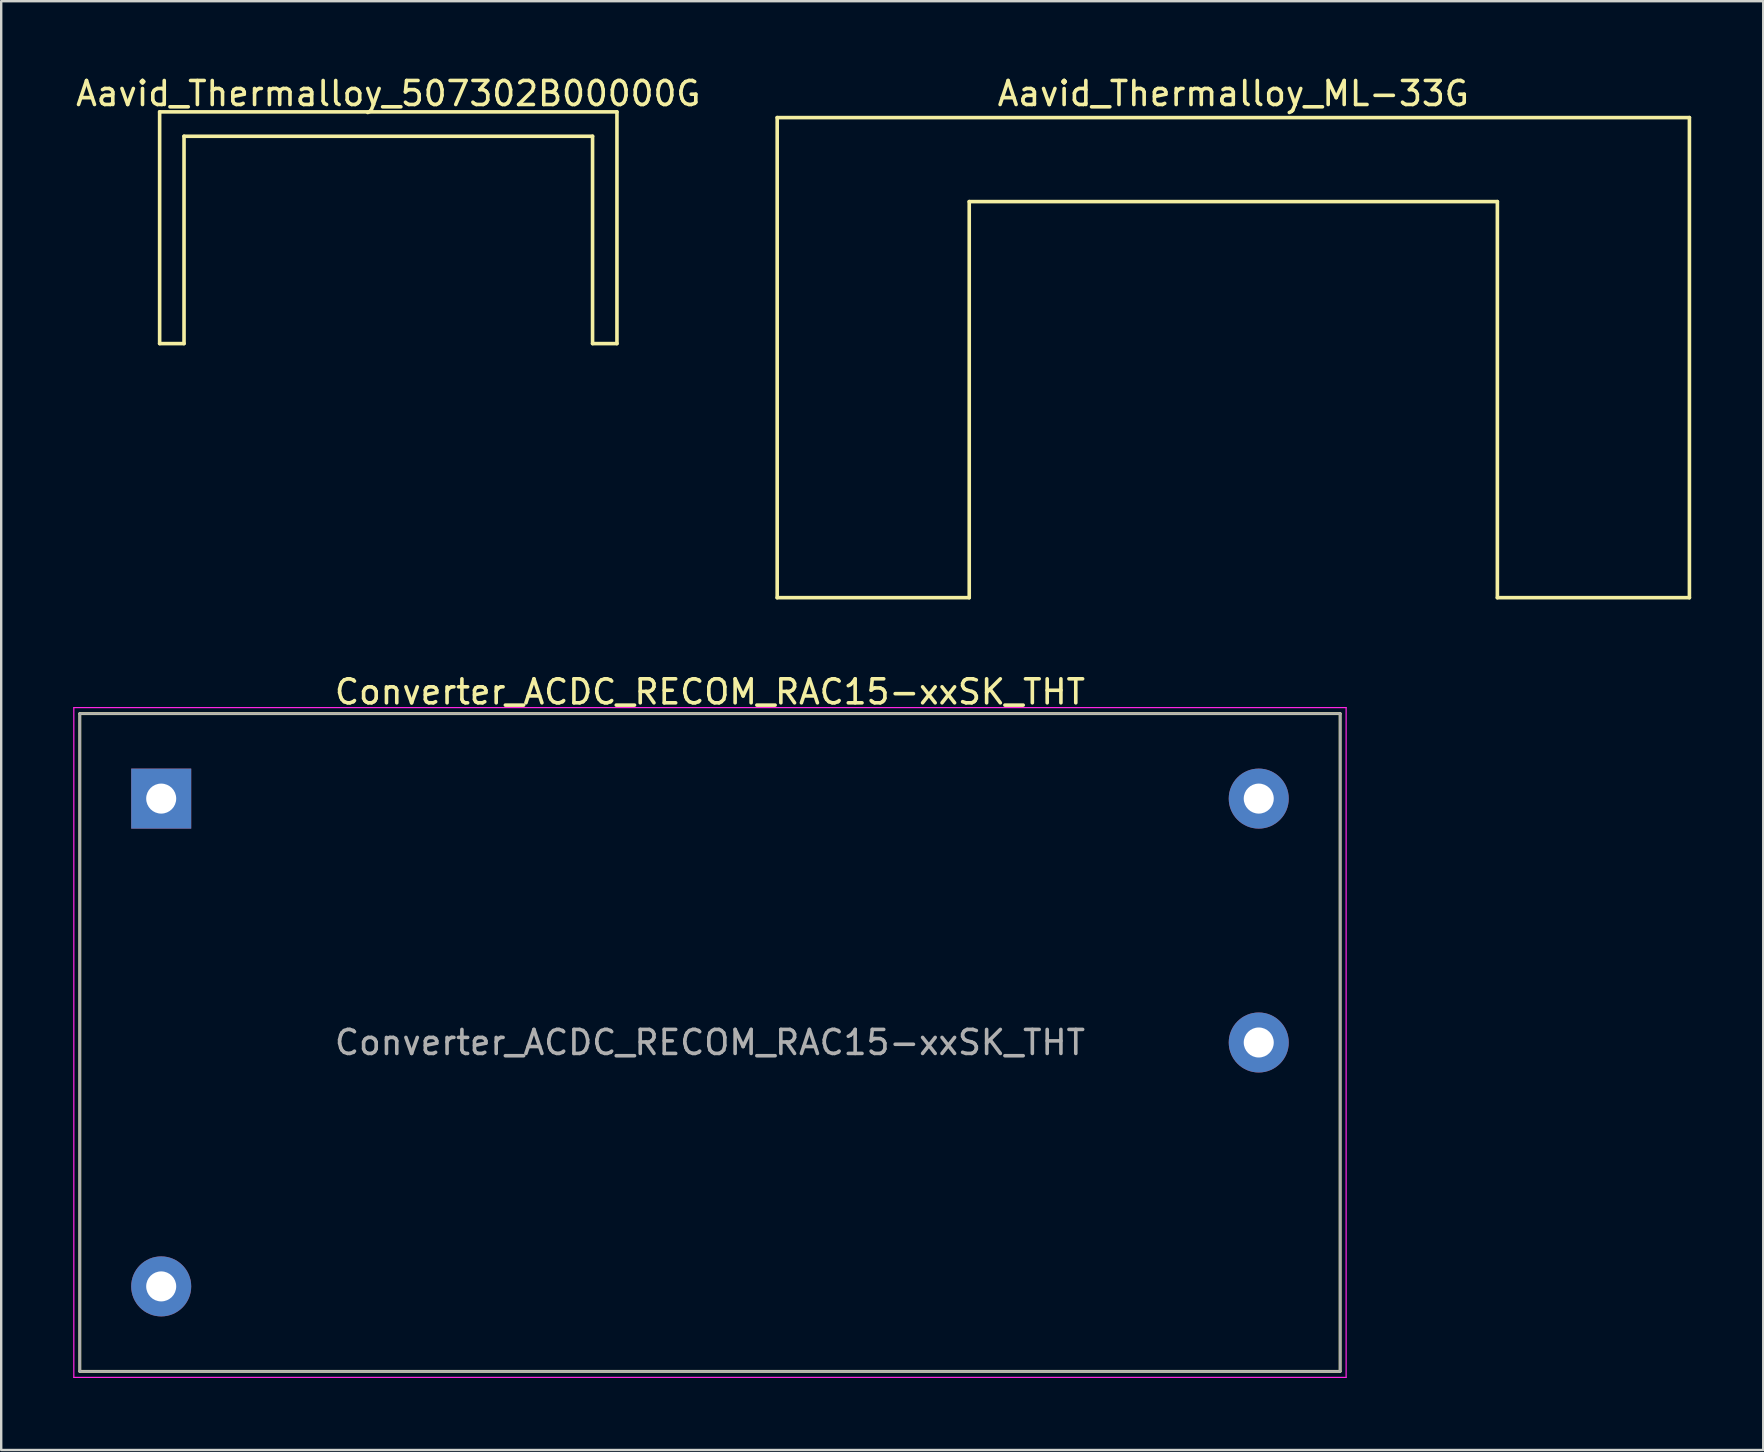
<source format=kicad_pcb>
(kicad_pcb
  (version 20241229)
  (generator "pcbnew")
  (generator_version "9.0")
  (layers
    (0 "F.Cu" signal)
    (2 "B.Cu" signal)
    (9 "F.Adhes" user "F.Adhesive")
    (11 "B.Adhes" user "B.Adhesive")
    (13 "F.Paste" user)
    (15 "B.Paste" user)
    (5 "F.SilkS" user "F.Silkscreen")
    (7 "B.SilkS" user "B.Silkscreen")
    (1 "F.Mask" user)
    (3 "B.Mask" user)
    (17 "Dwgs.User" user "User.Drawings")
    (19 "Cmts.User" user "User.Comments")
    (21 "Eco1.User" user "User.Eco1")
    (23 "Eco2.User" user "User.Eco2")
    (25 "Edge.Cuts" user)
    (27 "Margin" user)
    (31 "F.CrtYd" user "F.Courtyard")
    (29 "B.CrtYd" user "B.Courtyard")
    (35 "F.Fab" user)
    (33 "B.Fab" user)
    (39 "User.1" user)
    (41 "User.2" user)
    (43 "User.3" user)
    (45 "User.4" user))
  (footprint "Aavid_Thermalloy_ML-33G"
    (layer "F.Cu")
    (at 48.325 5.348)
    (property "Reference" "Aavid_Thermalloy_ML-33G" (at 0 -4.5 0) (layer "F.SilkS") (effects (font (size 1 1) (thickness 0.15))))
    (attr through_hole)
    (fp_line (start -19 -3.5) (end -19 16.5) (stroke (width 0.15) (type solid)) (layer "F.SilkS"))
    (fp_line (start -19 16.5) (end -11 16.5) (stroke (width 0.15) (type solid)) (layer "F.SilkS"))
    (fp_line (start -11 0) (end 11 0) (stroke (width 0.15) (type solid)) (layer "F.SilkS"))
    (fp_line (start -11 16.5) (end -11 0) (stroke (width 0.15) (type solid)) (layer "F.SilkS"))
    (fp_line (start 11 0) (end 11 16.5) (stroke (width 0.15) (type solid)) (layer "F.SilkS"))
    (fp_line (start 11 16.5) (end 19 16.5) (stroke (width 0.15) (type solid)) (layer "F.SilkS"))
    (fp_line (start 19 -3.5) (end -19 -3.5) (stroke (width 0.15) (type solid)) (layer "F.SilkS"))
    (fp_line (start 19 16.5) (end 19 -3.5) (stroke (width 0.15) (type solid)) (layer "F.SilkS")))
  (footprint "Converter_ACDC_RECOM_RAC15-xxSK_THT"
    (layer "F.Cu")
    (at 26.525 40.377)
    (property "Reference" "Converter_ACDC_RECOM_RAC15-xxSK_THT" (at 0 -14.605 0) (layer "F.SilkS") (effects (font (size 1 1) (thickness 0.15))))
    (attr through_hole)
    (fp_line (start -26.25 -13.7) (end 26.25 -13.7) (stroke (width 0.12) (type solid)) (layer "F.SilkS"))
    (fp_line (start -26.25 13.7) (end -26.25 -13.7) (stroke (width 0.12) (type solid)) (layer "F.SilkS"))
    (fp_line (start 26.25 -13.7) (end 26.25 13.7) (stroke (width 0.12) (type solid)) (layer "F.SilkS"))
    (fp_line (start 26.25 13.7) (end -26.25 13.7) (stroke (width 0.12) (type solid)) (layer "F.SilkS"))
    (fp_line (start -26.5 -13.95) (end 26.5 -13.95) (stroke (width 0.05) (type solid)) (layer "F.CrtYd"))
    (fp_line (start -26.5 13.95) (end -26.5 -13.95) (stroke (width 0.05) (type solid)) (layer "F.CrtYd"))
    (fp_line (start 26.5 -13.95) (end 26.5 13.95) (stroke (width 0.05) (type solid)) (layer "F.CrtYd"))
    (fp_line (start 26.5 13.95) (end -26.5 13.95) (stroke (width 0.05) (type solid)) (layer "F.CrtYd"))
    (fp_line (start -26.25 -13.7) (end 26.25 -13.7) (stroke (width 0.1) (type solid)) (layer "F.Fab"))
    (fp_line (start -26.25 13.7) (end -26.25 -13.7) (stroke (width 0.1) (type solid)) (layer "F.Fab"))
    (fp_line (start 26.25 -13.7) (end 26.25 13.7) (stroke (width 0.1) (type solid)) (layer "F.Fab"))
    (fp_line (start 26.25 13.7) (end -26.25 13.7) (stroke (width 0.1) (type solid)) (layer "F.Fab"))
    (fp_text user "${REFERENCE}" (at 0 0 0) (layer "F.Fab") (effects (font (size 1 1) (thickness 0.15))))
    (pad "1" thru_hole rect (at -22.86 -10.16) (size 2.5 2.5) (drill 1.25) (layers "*.Cu" "*.Mask"))
    (pad "2" thru_hole circle (at -22.86 10.16) (size 2.5 2.5) (drill 1.25) (layers "*.Cu" "*.Mask"))
    (pad "3" thru_hole circle (at 22.86 0) (size 2.5 2.5) (drill 1.25) (layers "*.Cu" "*.Mask"))
    (pad "4" thru_hole circle (at 22.86 -10.16) (size 2.5 2.5) (drill 1.25) (layers "*.Cu" "*.Mask")))
  (footprint "Aavid_Thermalloy_507302B00000G"
    (layer "F.Cu")
    (at 13.125 2.626)
    (property "Reference" "Aavid_Thermalloy_507302B00000G" (at 0 -1.778 0) (layer "F.SilkS") (effects (font (size 1 1) (thickness 0.15))))
    (attr through_hole)
    (fp_line (start -9.525 -1.016) (end -9.525 8.636) (stroke (width 0.15) (type solid)) (layer "F.SilkS"))
    (fp_line (start -9.525 -1.016) (end 9.525 -1.016) (stroke (width 0.15) (type solid)) (layer "F.SilkS"))
    (fp_line (start -9.525 8.636) (end -8.509 8.636) (stroke (width 0.15) (type solid)) (layer "F.SilkS"))
    (fp_line (start -8.509 0) (end 8.509 0) (stroke (width 0.15) (type solid)) (layer "F.SilkS"))
    (fp_line (start -8.509 8.636) (end -8.509 0) (stroke (width 0.15) (type solid)) (layer "F.SilkS"))
    (fp_line (start 8.509 0) (end 8.509 8.636) (stroke (width 0.15) (type solid)) (layer "F.SilkS"))
    (fp_line (start 8.509 8.636) (end 9.525 8.636) (stroke (width 0.15) (type solid)) (layer "F.SilkS"))
    (fp_line (start 9.525 -1.016) (end 9.525 8.636) (stroke (width 0.15) (type solid)) (layer "F.SilkS")))
  (gr_rect
    (start -3 -3)
    (end 70.4 57.352)
    (stroke (width 0.1) (type default))
    (fill no)
    (layer "Edge.Cuts")))
</source>
